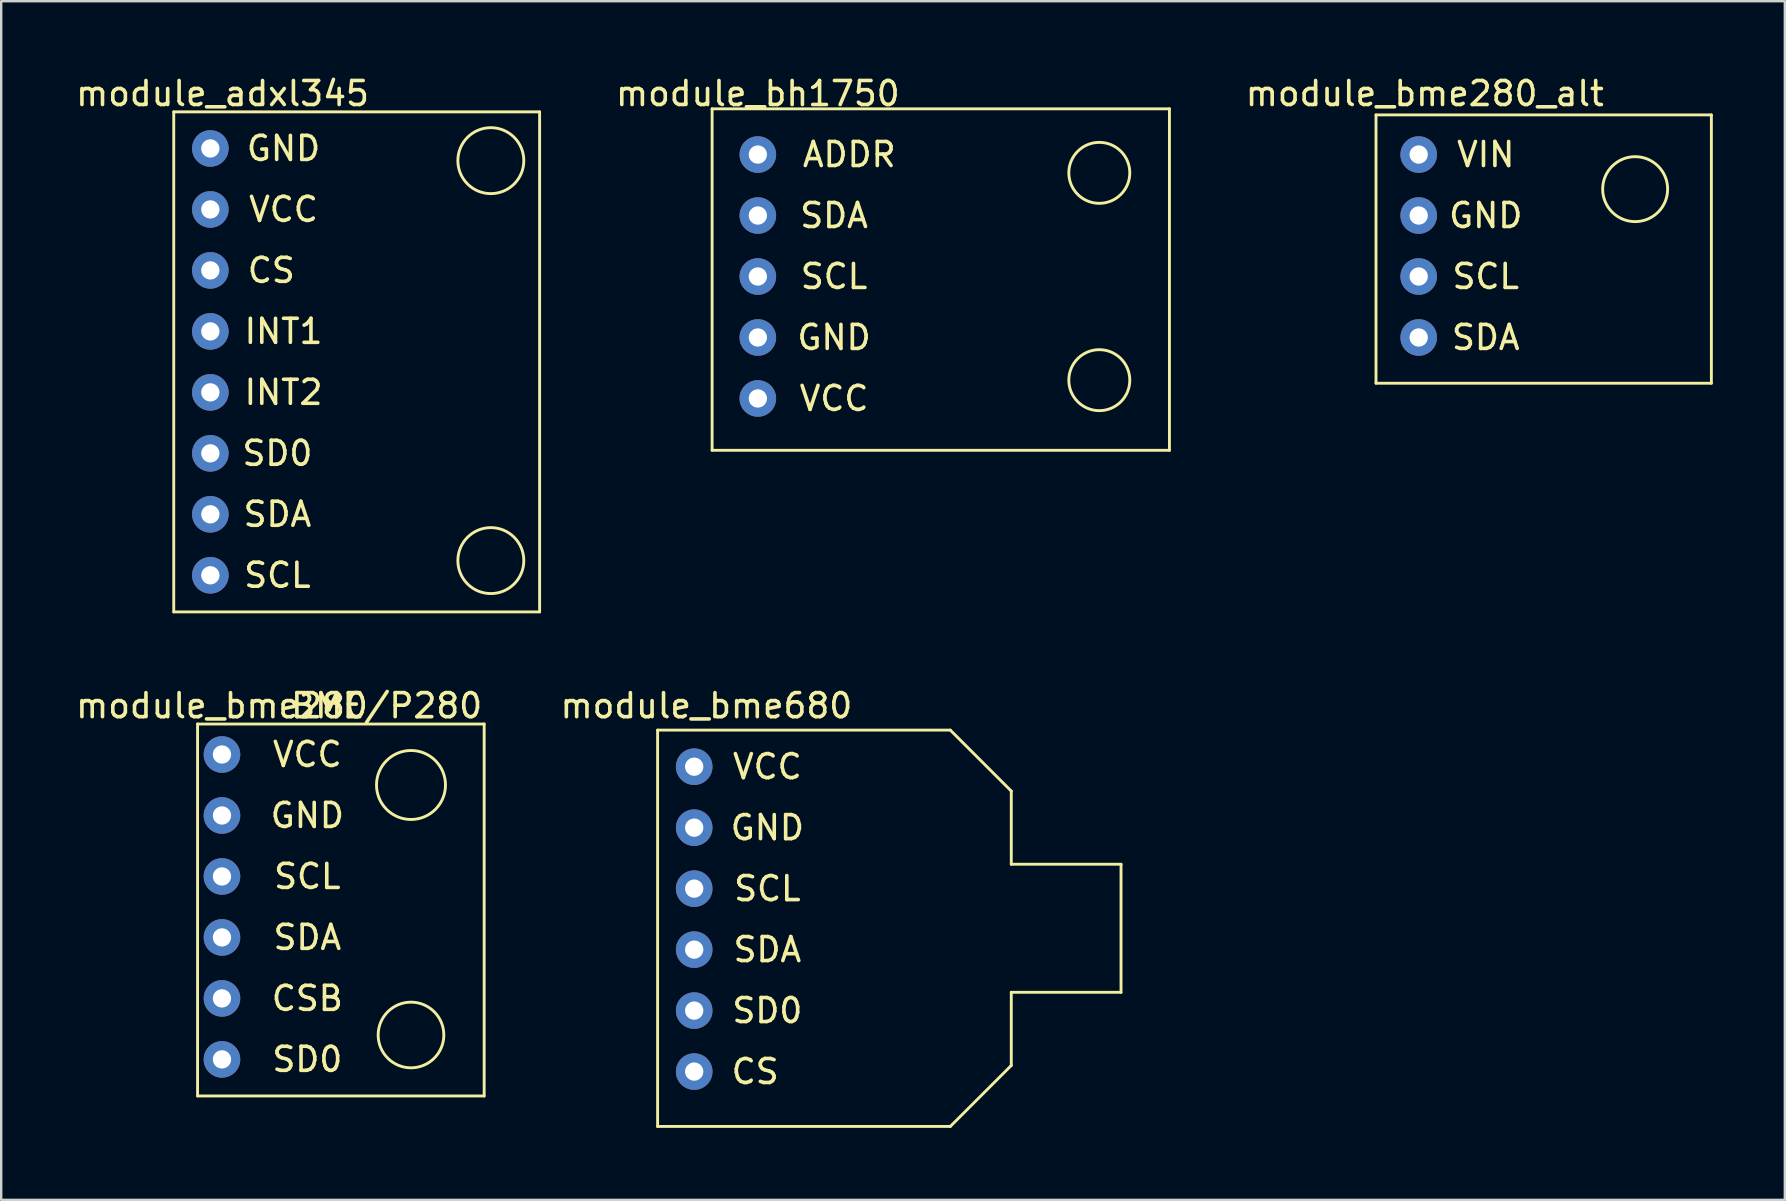
<source format=kicad_pcb>
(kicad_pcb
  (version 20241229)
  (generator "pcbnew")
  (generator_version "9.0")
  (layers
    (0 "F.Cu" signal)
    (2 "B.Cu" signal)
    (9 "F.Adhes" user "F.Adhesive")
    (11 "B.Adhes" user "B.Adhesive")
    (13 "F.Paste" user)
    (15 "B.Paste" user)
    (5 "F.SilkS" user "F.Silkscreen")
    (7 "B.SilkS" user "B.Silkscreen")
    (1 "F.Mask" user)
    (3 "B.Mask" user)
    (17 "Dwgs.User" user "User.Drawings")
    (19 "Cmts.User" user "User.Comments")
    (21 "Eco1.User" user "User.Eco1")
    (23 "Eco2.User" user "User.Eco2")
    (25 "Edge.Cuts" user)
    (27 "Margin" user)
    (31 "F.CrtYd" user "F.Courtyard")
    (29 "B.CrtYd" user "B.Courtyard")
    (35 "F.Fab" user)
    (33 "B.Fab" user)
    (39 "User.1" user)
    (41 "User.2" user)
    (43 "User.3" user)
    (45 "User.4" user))
  (footprint "module_bme680"
    (layer "F.Cu")
    (at 25.867 41.587)
    (property "Reference" "module_bme680" (at 0.508 -15.24 0) (layer "F.SilkS") (effects (font (size 1 1) (thickness 0.15))))
    (attr through_hole)
    (fp_line (start -1.524 -14.224) (end 10.668 -14.224) (stroke (width 0.12) (type solid)) (layer "F.SilkS"))
    (fp_line (start -1.524 2.286) (end -1.524 -14.224) (stroke (width 0.12) (type solid)) (layer "F.SilkS"))
    (fp_line (start 10.668 -14.224) (end 13.208 -11.684) (stroke (width 0.12) (type solid)) (layer "F.SilkS"))
    (fp_line (start 10.668 2.286) (end -1.524 2.286) (stroke (width 0.12) (type solid)) (layer "F.SilkS"))
    (fp_line (start 13.208 -11.684) (end 13.208 -8.636) (stroke (width 0.12) (type solid)) (layer "F.SilkS"))
    (fp_line (start 13.208 -8.636) (end 17.78 -8.636) (stroke (width 0.12) (type solid)) (layer "F.SilkS"))
    (fp_line (start 13.208 -3.302) (end 13.208 -0.254) (stroke (width 0.12) (type solid)) (layer "F.SilkS"))
    (fp_line (start 13.208 -0.254) (end 10.668 2.286) (stroke (width 0.12) (type solid)) (layer "F.SilkS"))
    (fp_line (start 17.78 -8.636) (end 17.78 -3.302) (stroke (width 0.12) (type solid)) (layer "F.SilkS"))
    (fp_line (start 17.78 -3.302) (end 13.208 -3.302) (stroke (width 0.12) (type solid)) (layer "F.SilkS"))
    (fp_text user "GND" (at 3.048 -10.16 0) (layer "F.SilkS") (effects (font (size 1 1) (thickness 0.15))))
    (fp_text user "SDA" (at 3.048 -5.08 0) (layer "F.SilkS") (effects (font (size 1 1) (thickness 0.15))))
    (fp_text user "VCC" (at 3.048 -12.7 0) (layer "F.SilkS") (effects (font (size 1 1) (thickness 0.15))))
    (fp_text user "SD0" (at 3.048 -2.54 0) (layer "F.SilkS") (effects (font (size 1 1) (thickness 0.15))))
    (fp_text user "SCL" (at 3.048 -7.62 0) (layer "F.SilkS") (effects (font (size 1 1) (thickness 0.15))))
    (fp_text user "CS" (at 2.54 0 0) (layer "F.SilkS") (effects (font (size 1 1) (thickness 0.15))))
    (pad "1" thru_hole circle (at 0 -12.7) (size 1.524 1.524) (drill 0.762) (layers "*.Cu" "*.Mask"))
    (pad "2" thru_hole circle (at 0 -10.16) (size 1.524 1.524) (drill 0.762) (layers "*.Cu" "*.Mask"))
    (pad "3" thru_hole circle (at 0 -7.62) (size 1.524 1.524) (drill 0.762) (layers "*.Cu" "*.Mask"))
    (pad "4" thru_hole circle (at 0 -5.08) (size 1.524 1.524) (drill 0.762) (layers "*.Cu" "*.Mask"))
    (pad "5" thru_hole circle (at 0 -2.54) (size 1.524 1.524) (drill 0.762) (layers "*.Cu" "*.Mask"))
    (pad "6" thru_hole circle (at 0 0) (size 1.524 1.524) (drill 0.762) (layers "*.Cu" "*.Mask")))
  (footprint "module_bme280"
    (layer "F.Cu")
    (at 11.276 40.825)
    (property "Reference" "module_bme280" (at -5.08 -14.478 0) (layer "F.SilkS") (effects (font (size 1 1) (thickness 0.15))))
    (attr through_hole)
    (fp_line (start -6.096 -13.716) (end -6.096 1.778) (stroke (width 0.12) (type solid)) (layer "F.SilkS"))
    (fp_line (start -6.096 1.778) (end 5.842 1.778) (stroke (width 0.12) (type solid)) (layer "F.SilkS"))
    (fp_line (start 5.842 -13.716) (end -6.096 -13.716) (stroke (width 0.12) (type solid)) (layer "F.SilkS"))
    (fp_line (start 5.842 1.778) (end 5.842 -13.716) (stroke (width 0.12) (type solid)) (layer "F.SilkS"))
    (fp_circle (center 2.794 -11.176) (end 3.81 -10.16) (stroke (width 0.12) (type solid)) (fill no) (layer "F.SilkS"))
    (fp_circle (center 2.794 -0.762) (end 3.302 0.508) (stroke (width 0.12) (type solid)) (fill no) (layer "F.SilkS"))
    (fp_text user "SDA" (at -1.524 -4.826 0) (layer "F.SilkS") (effects (font (size 1 1) (thickness 0.15))))
    (fp_text user "SCL" (at -1.524 -7.366 0) (layer "F.SilkS") (effects (font (size 1 1) (thickness 0.15))))
    (fp_text user "GND" (at -1.524 -9.906 0) (layer "F.SilkS") (effects (font (size 1 1) (thickness 0.15))))
    (fp_text user "VCC" (at -1.524 -12.446 0) (layer "F.SilkS") (effects (font (size 1 1) (thickness 0.15))))
    (fp_text user "SD0" (at -1.524 0.254 0) (layer "F.SilkS") (effects (font (size 1 1) (thickness 0.15))))
    (fp_text user "CSB" (at -1.524 -2.286 0) (layer "F.SilkS") (effects (font (size 1 1) (thickness 0.15))))
    (fp_text user "BME/P280" (at 1.778 -14.478 0) (layer "F.SilkS") (effects (font (size 1 1) (thickness 0.15))))
    (pad "1" thru_hole circle (at -5.08 -12.446) (size 1.524 1.524) (drill 0.762) (layers "*.Cu" "*.Mask"))
    (pad "2" thru_hole circle (at -5.08 -9.906) (size 1.524 1.524) (drill 0.762) (layers "*.Cu" "*.Mask"))
    (pad "3" thru_hole circle (at -5.08 -7.366) (size 1.524 1.524) (drill 0.762) (layers "*.Cu" "*.Mask"))
    (pad "4" thru_hole circle (at -5.08 -4.826) (size 1.524 1.524) (drill 0.762) (layers "*.Cu" "*.Mask"))
    (pad "5" thru_hole circle (at -5.08 -2.286) (size 1.524 1.524) (drill 0.762) (layers "*.Cu" "*.Mask"))
    (pad "6" thru_hole circle (at -5.08 0.254) (size 1.524 1.524) (drill 0.762) (layers "*.Cu" "*.Mask")))
  (footprint "module_adxl345"
    (layer "F.Cu")
    (at 5.712 18.374)
    (property "Reference" "module_adxl345" (at 0.508 -17.526 0) (layer "F.SilkS") (effects (font (size 1 1) (thickness 0.15))))
    (attr through_hole)
    (fp_line (start -1.524 -16.764) (end 13.716 -16.764) (stroke (width 0.12) (type solid)) (layer "F.SilkS"))
    (fp_line (start -1.524 4.064) (end -1.524 -16.764) (stroke (width 0.12) (type solid)) (layer "F.SilkS"))
    (fp_line (start 13.716 -16.764) (end 13.716 4.064) (stroke (width 0.12) (type solid)) (layer "F.SilkS"))
    (fp_line (start 13.716 4.064) (end -1.524 4.064) (stroke (width 0.12) (type solid)) (layer "F.SilkS"))
    (fp_circle (center 11.684 -14.732) (end 12.446 -13.589) (stroke (width 0.12) (type solid)) (fill no) (layer "F.SilkS"))
    (fp_circle (center 11.684 1.928) (end 12.446 3.071) (stroke (width 0.12) (type solid)) (fill no) (layer "F.SilkS"))
    (fp_text user "SCL" (at 2.794 2.54 0) (layer "F.SilkS") (effects (font (size 1 1) (thickness 0.15))))
    (fp_text user "VCC" (at 3.048 -12.7 0) (layer "F.SilkS") (effects (font (size 1 1) (thickness 0.15))))
    (fp_text user "INT2" (at 3.048 -5.08 0) (layer "F.SilkS") (effects (font (size 1 1) (thickness 0.15))))
    (fp_text user "INT1" (at 3.048 -7.62 0) (layer "F.SilkS") (effects (font (size 1 1) (thickness 0.15))))
    (fp_text user "SD0" (at 2.794 -2.54 0) (layer "F.SilkS") (effects (font (size 1 1) (thickness 0.15))))
    (fp_text user "GND" (at 3.048 -15.24 0) (layer "F.SilkS") (effects (font (size 1 1) (thickness 0.15))))
    (fp_text user "CS" (at 2.54 -10.16 0) (layer "F.SilkS") (effects (font (size 1 1) (thickness 0.15))))
    (fp_text user "SDA" (at 2.794 0 0) (layer "F.SilkS") (effects (font (size 1 1) (thickness 0.15))))
    (pad "1" thru_hole circle (at 0 -15.24) (size 1.524 1.524) (drill 0.762) (layers "*.Cu" "*.Mask"))
    (pad "2" thru_hole circle (at 0 -12.7) (size 1.524 1.524) (drill 0.762) (layers "*.Cu" "*.Mask"))
    (pad "3" thru_hole circle (at 0 -10.16) (size 1.524 1.524) (drill 0.762) (layers "*.Cu" "*.Mask"))
    (pad "4" thru_hole circle (at 0 -7.62) (size 1.524 1.524) (drill 0.762) (layers "*.Cu" "*.Mask"))
    (pad "5" thru_hole circle (at 0 -5.08) (size 1.524 1.524) (drill 0.762) (layers "*.Cu" "*.Mask"))
    (pad "6" thru_hole circle (at 0 -2.54) (size 1.524 1.524) (drill 0.762) (layers "*.Cu" "*.Mask"))
    (pad "7" thru_hole circle (at 0 0) (size 1.524 1.524) (drill 0.762) (layers "*.Cu" "*.Mask"))
    (pad "8" thru_hole circle (at 0 2.54) (size 1.524 1.524) (drill 0.762) (layers "*.Cu" "*.Mask")))
  (footprint "module_bme280_alt"
    (layer "F.Cu")
    (at 56.046 11.008)
    (property "Reference" "module_bme280_alt" (at 0.254 -10.16 0) (layer "F.SilkS") (effects (font (size 1 1) (thickness 0.15))))
    (attr through_hole)
    (fp_line (start -1.778 -9.271) (end 12.192 -9.271) (stroke (width 0.12) (type solid)) (layer "F.SilkS"))
    (fp_line (start -1.778 1.905) (end -1.778 -9.271) (stroke (width 0.12) (type solid)) (layer "F.SilkS"))
    (fp_line (start 12.192 -9.271) (end 12.192 1.905) (stroke (width 0.12) (type solid)) (layer "F.SilkS"))
    (fp_line (start 12.192 1.905) (end -1.778 1.905) (stroke (width 0.12) (type solid)) (layer "F.SilkS"))
    (fp_circle (center 9.017 -6.179) (end 9.779 -5.061) (stroke (width 0.12) (type solid)) (fill no) (layer "F.SilkS"))
    (fp_text user "VIN" (at 2.794 -7.62 0) (layer "F.SilkS") (effects (font (size 1 1) (thickness 0.15))))
    (fp_text user "GND" (at 2.794 -5.08 0) (layer "F.SilkS") (effects (font (size 1 1) (thickness 0.15))))
    (fp_text user "SDA" (at 2.794 0 0) (layer "F.SilkS") (effects (font (size 1 1) (thickness 0.15))))
    (fp_text user "SCL" (at 2.794 -2.54 0) (layer "F.SilkS") (effects (font (size 1 1) (thickness 0.15))))
    (pad "1" thru_hole circle (at 0 -7.62) (size 1.524 1.524) (drill 0.762) (layers "*.Cu" "*.Mask"))
    (pad "2" thru_hole circle (at 0 -5.08) (size 1.524 1.524) (drill 0.762) (layers "*.Cu" "*.Mask"))
    (pad "3" thru_hole circle (at 0 -2.54) (size 1.524 1.524) (drill 0.762) (layers "*.Cu" "*.Mask"))
    (pad "4" thru_hole circle (at 0 0) (size 1.524 1.524) (drill 0.762) (layers "*.Cu" "*.Mask")))
  (footprint "module_bh1750"
    (layer "F.Cu")
    (at 28.518 13.548)
    (property "Reference" "module_bh1750" (at 0 -12.7 0) (layer "F.SilkS") (effects (font (size 1 1) (thickness 0.15))))
    (attr through_hole)
    (fp_line (start -1.905 -12.065) (end 17.145 -12.065) (stroke (width 0.12) (type solid)) (layer "F.SilkS"))
    (fp_line (start -1.905 2.159) (end -1.905 -12.065) (stroke (width 0.12) (type solid)) (layer "F.SilkS"))
    (fp_line (start 17.145 -12.065) (end 17.145 2.159) (stroke (width 0.12) (type solid)) (layer "F.SilkS"))
    (fp_line (start 17.145 2.159) (end -1.905 2.159) (stroke (width 0.12) (type solid)) (layer "F.SilkS"))
    (fp_circle (center 14.224 -9.398) (end 14.224 -8.128) (stroke (width 0.12) (type solid)) (fill no) (layer "F.SilkS"))
    (fp_circle (center 14.224 -0.762) (end 14.224 0.508) (stroke (width 0.12) (type solid)) (fill no) (layer "F.SilkS"))
    (fp_text user "SDA" (at 3.175 -7.62 0) (layer "F.SilkS") (effects (font (size 1 1) (thickness 0.15))))
    (fp_text user "VCC" (at 3.175 0 0) (layer "F.SilkS") (effects (font (size 1 1) (thickness 0.15))))
    (fp_text user "GND" (at 3.175 -2.54 0) (layer "F.SilkS") (effects (font (size 1 1) (thickness 0.15))))
    (fp_text user "ADDR" (at 3.81 -10.16 0) (layer "F.SilkS") (effects (font (size 1 1) (thickness 0.15))))
    (fp_text user "SCL" (at 3.175 -5.08 0) (layer "F.SilkS") (effects (font (size 1 1) (thickness 0.15))))
    (pad "1" thru_hole circle (at 0 -10.16) (size 1.524 1.524) (drill 0.762) (layers "*.Cu" "*.Mask"))
    (pad "2" thru_hole circle (at 0 -7.62) (size 1.524 1.524) (drill 0.762) (layers "*.Cu" "*.Mask"))
    (pad "3" thru_hole circle (at 0 -5.08) (size 1.524 1.524) (drill 0.762) (layers "*.Cu" "*.Mask"))
    (pad "4" thru_hole circle (at 0 -2.54) (size 1.524 1.524) (drill 0.762) (layers "*.Cu" "*.Mask"))
    (pad "5" thru_hole circle (at 0 0) (size 1.524 1.524) (drill 0.762) (layers "*.Cu" "*.Mask")))
  (gr_rect
    (start -3 -3)
    (end 71.298 46.932)
    (stroke (width 0.1) (type default))
    (fill no)
    (layer "Edge.Cuts")))
</source>
